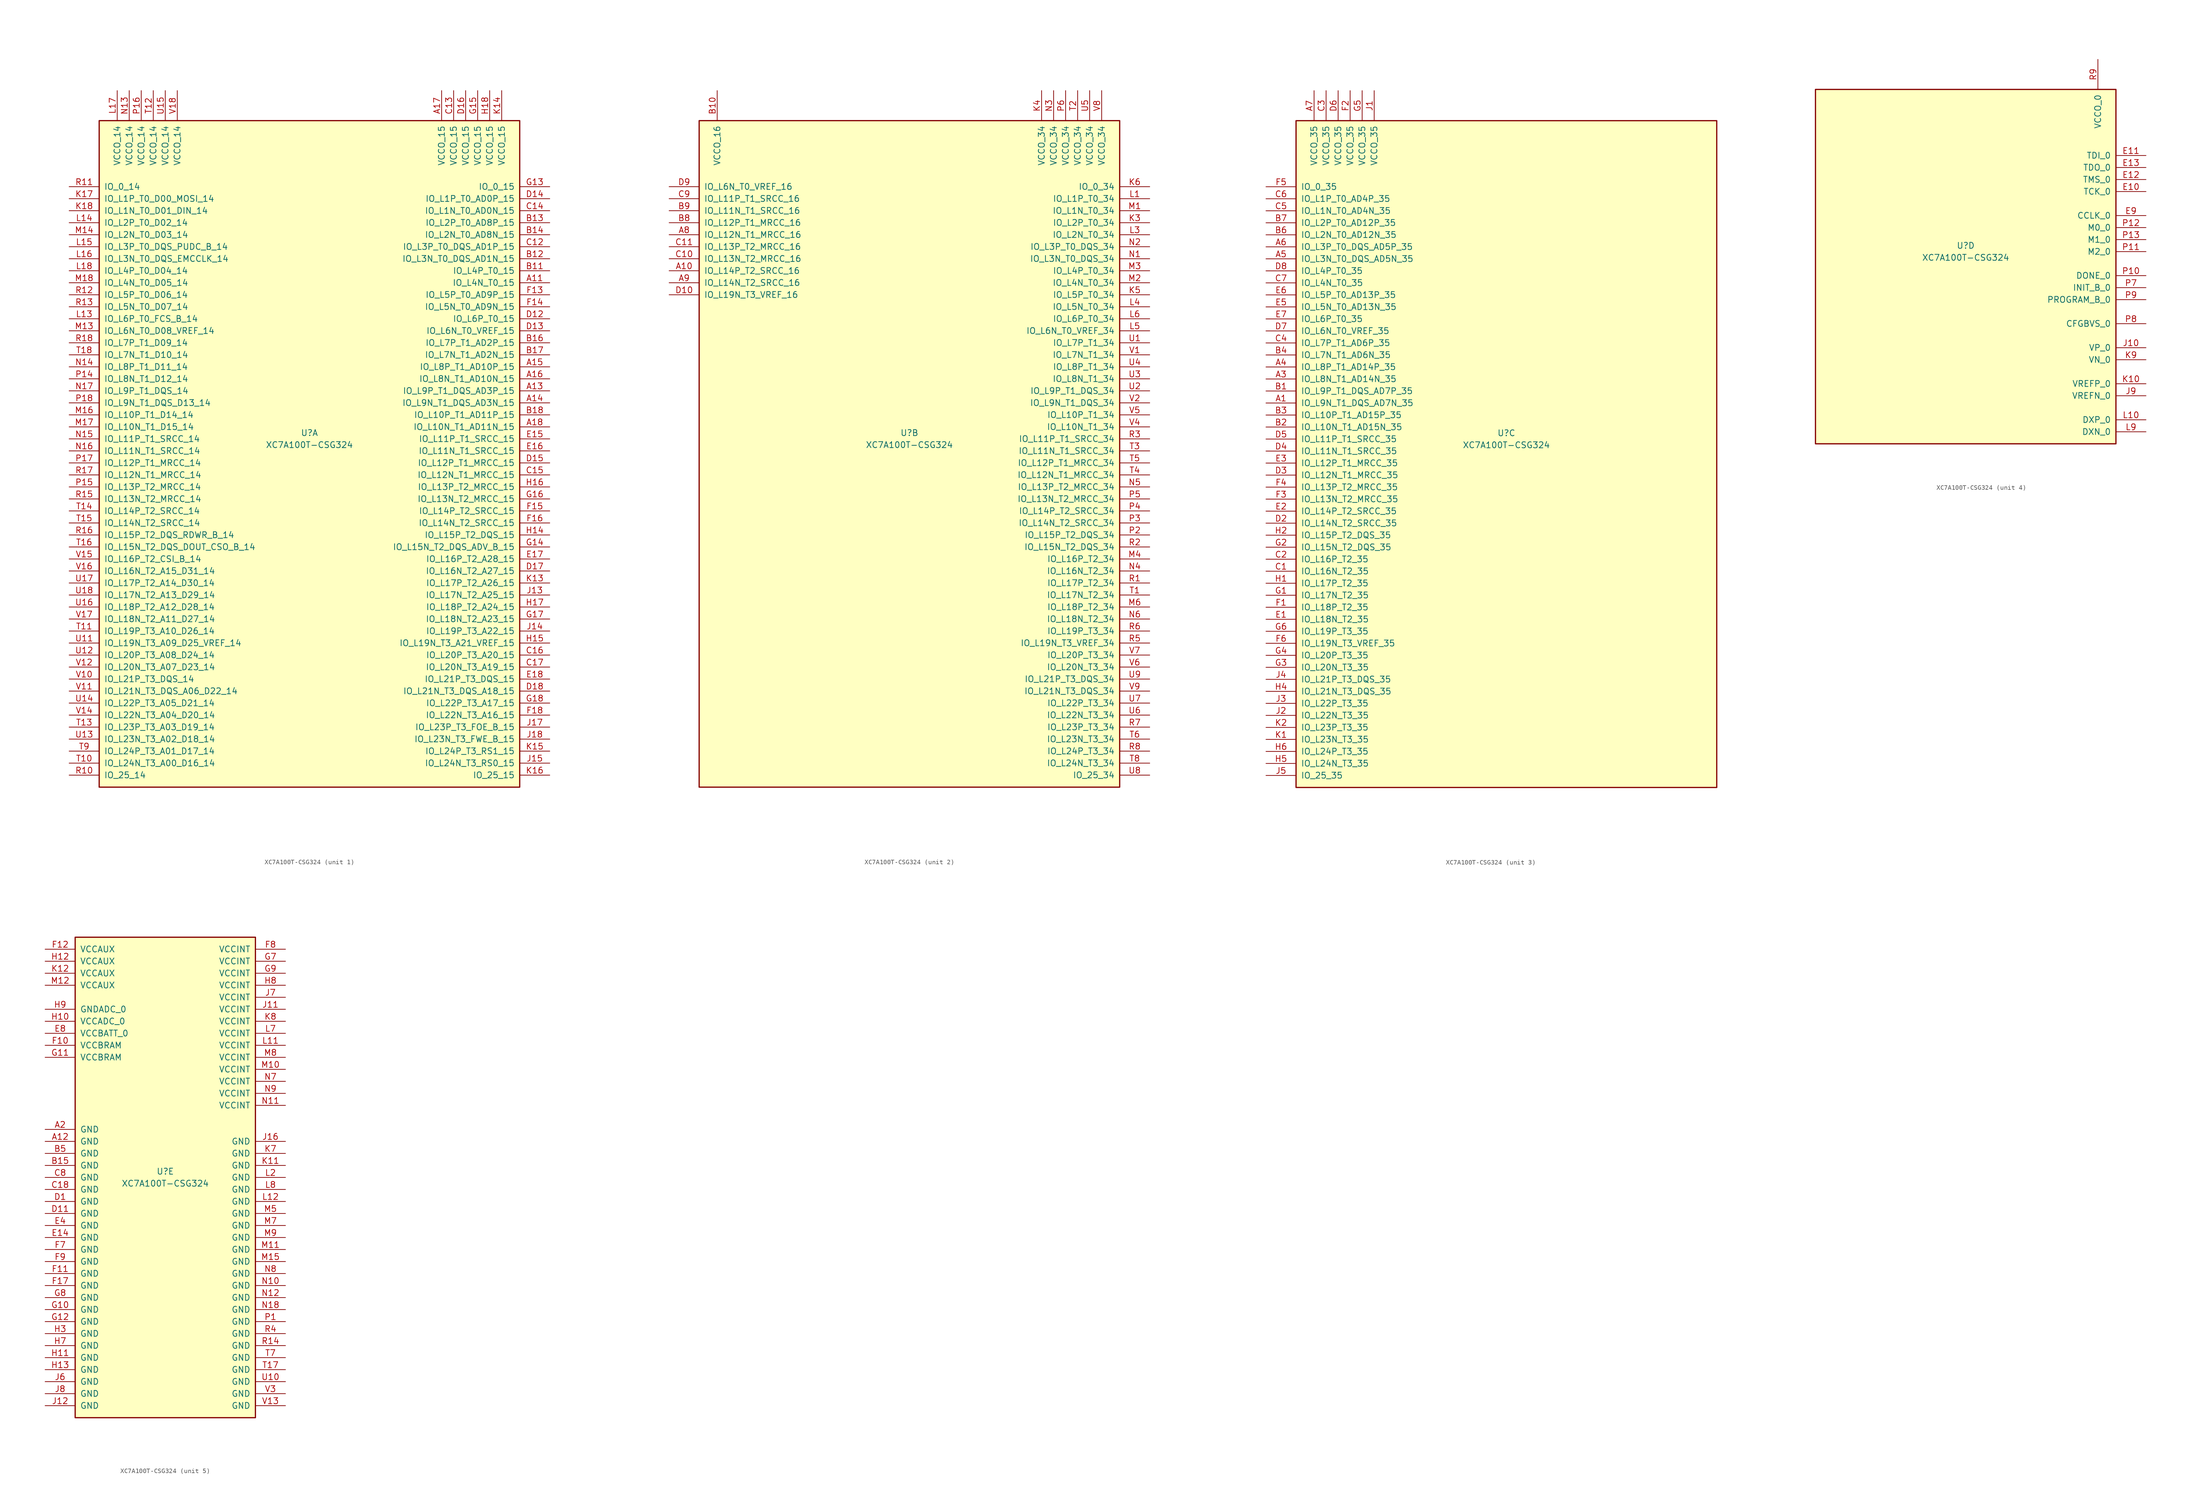
<source format=kicad_sym>
(kicad_symbol_lib
  (version 20201005)
  (generator kicad_symbol_editor)
  (symbol "XC7A100T-CSG324"
    (pin_names
      (offset 1.016))
    (property "Reference" "U"
      (at 0 1.27 0)
      (effects (font (size 1.27 1.27))))
    (property "Value" "XC7A100T-CSG324"
      (at 0 -1.27 0)
      (effects (font (size 1.27 1.27))))
    (property "Datasheet" ""
      (at 0 0 0)
      (effects (font (size 1.27 1.27))))
    (property "ki_locked" ""
      (at 0 0 0)
      (effects (font (size 1.27 1.27))))
    (symbol "XC7A100T-CSG324_1_1"
      (rectangle (start -44.45 67.31) (end 44.45 -73.66) (stroke (width 0.254)) (fill (type background)))
      (pin power_in line (at -40.64 73.66 270) (length 6.35) (name "VCCO_14" (effects (font (size 1.27 1.27)))) (number "L17" (effects (font (size 1.27 1.27)))))
      (pin power_in line (at -38.1 73.66 270) (length 6.35) (name "VCCO_14" (effects (font (size 1.27 1.27)))) (number "N13" (effects (font (size 1.27 1.27)))))
      (pin power_in line (at -35.56 73.66 270) (length 6.35) (name "VCCO_14" (effects (font (size 1.27 1.27)))) (number "P16" (effects (font (size 1.27 1.27)))))
      (pin power_in line (at -33.02 73.66 270) (length 6.35) (name "VCCO_14" (effects (font (size 1.27 1.27)))) (number "T12" (effects (font (size 1.27 1.27)))))
      (pin power_in line (at -30.48 73.66 270) (length 6.35) (name "VCCO_14" (effects (font (size 1.27 1.27)))) (number "U15" (effects (font (size 1.27 1.27)))))
      (pin power_in line (at -27.94 73.66 270) (length 6.35) (name "VCCO_14" (effects (font (size 1.27 1.27)))) (number "V18" (effects (font (size 1.27 1.27)))))
      (pin bidirectional line (at -50.8 53.34 0) (length 6.35) (name "IO_0_14" (effects (font (size 1.27 1.27)))) (number "R11" (effects (font (size 1.27 1.27)))))
      (pin bidirectional line (at -50.8 50.8 0) (length 6.35) (name "IO_L1P_T0_D00_MOSI_14" (effects (font (size 1.27 1.27)))) (number "K17" (effects (font (size 1.27 1.27)))))
      (pin bidirectional line (at -50.8 48.26 0) (length 6.35) (name "IO_L1N_T0_D01_DIN_14" (effects (font (size 1.27 1.27)))) (number "K18" (effects (font (size 1.27 1.27)))))
      (pin bidirectional line (at -50.8 45.72 0) (length 6.35) (name "IO_L2P_T0_D02_14" (effects (font (size 1.27 1.27)))) (number "L14" (effects (font (size 1.27 1.27)))))
      (pin bidirectional line (at -50.8 43.18 0) (length 6.35) (name "IO_L2N_T0_D03_14" (effects (font (size 1.27 1.27)))) (number "M14" (effects (font (size 1.27 1.27)))))
      (pin bidirectional line (at -50.8 40.64 0) (length 6.35) (name "IO_L3P_T0_DQS_PUDC_B_14" (effects (font (size 1.27 1.27)))) (number "L15" (effects (font (size 1.27 1.27)))))
      (pin bidirectional line (at -50.8 38.1 0) (length 6.35) (name "IO_L3N_T0_DQS_EMCCLK_14" (effects (font (size 1.27 1.27)))) (number "L16" (effects (font (size 1.27 1.27)))))
      (pin bidirectional line (at -50.8 35.56 0) (length 6.35) (name "IO_L4P_T0_D04_14" (effects (font (size 1.27 1.27)))) (number "L18" (effects (font (size 1.27 1.27)))))
      (pin bidirectional line (at -50.8 33.02 0) (length 6.35) (name "IO_L4N_T0_D05_14" (effects (font (size 1.27 1.27)))) (number "M18" (effects (font (size 1.27 1.27)))))
      (pin bidirectional line (at -50.8 30.48 0) (length 6.35) (name "IO_L5P_T0_D06_14" (effects (font (size 1.27 1.27)))) (number "R12" (effects (font (size 1.27 1.27)))))
      (pin bidirectional line (at -50.8 27.94 0) (length 6.35) (name "IO_L5N_T0_D07_14" (effects (font (size 1.27 1.27)))) (number "R13" (effects (font (size 1.27 1.27)))))
      (pin bidirectional line (at -50.8 25.4 0) (length 6.35) (name "IO_L6P_T0_FCS_B_14" (effects (font (size 1.27 1.27)))) (number "L13" (effects (font (size 1.27 1.27)))))
      (pin bidirectional line (at -50.8 22.86 0) (length 6.35) (name "IO_L6N_T0_D08_VREF_14" (effects (font (size 1.27 1.27)))) (number "M13" (effects (font (size 1.27 1.27)))))
      (pin bidirectional line (at -50.8 20.32 0) (length 6.35) (name "IO_L7P_T1_D09_14" (effects (font (size 1.27 1.27)))) (number "R18" (effects (font (size 1.27 1.27)))))
      (pin bidirectional line (at -50.8 17.78 0) (length 6.35) (name "IO_L7N_T1_D10_14" (effects (font (size 1.27 1.27)))) (number "T18" (effects (font (size 1.27 1.27)))))
      (pin bidirectional line (at -50.8 15.24 0) (length 6.35) (name "IO_L8P_T1_D11_14" (effects (font (size 1.27 1.27)))) (number "N14" (effects (font (size 1.27 1.27)))))
      (pin bidirectional line (at -50.8 12.7 0) (length 6.35) (name "IO_L8N_T1_D12_14" (effects (font (size 1.27 1.27)))) (number "P14" (effects (font (size 1.27 1.27)))))
      (pin bidirectional line (at -50.8 10.16 0) (length 6.35) (name "IO_L9P_T1_DQS_14" (effects (font (size 1.27 1.27)))) (number "N17" (effects (font (size 1.27 1.27)))))
      (pin bidirectional line (at -50.8 7.62 0) (length 6.35) (name "IO_L9N_T1_DQS_D13_14" (effects (font (size 1.27 1.27)))) (number "P18" (effects (font (size 1.27 1.27)))))
      (pin bidirectional line (at -50.8 5.08 0) (length 6.35) (name "IO_L10P_T1_D14_14" (effects (font (size 1.27 1.27)))) (number "M16" (effects (font (size 1.27 1.27)))))
      (pin bidirectional line (at -50.8 2.54 0) (length 6.35) (name "IO_L10N_T1_D15_14" (effects (font (size 1.27 1.27)))) (number "M17" (effects (font (size 1.27 1.27)))))
      (pin bidirectional line (at -50.8 0 0) (length 6.35) (name "IO_L11P_T1_SRCC_14" (effects (font (size 1.27 1.27)))) (number "N15" (effects (font (size 1.27 1.27)))))
      (pin bidirectional line (at -50.8 -2.54 0) (length 6.35) (name "IO_L11N_T1_SRCC_14" (effects (font (size 1.27 1.27)))) (number "N16" (effects (font (size 1.27 1.27)))))
      (pin bidirectional line (at -50.8 -5.08 0) (length 6.35) (name "IO_L12P_T1_MRCC_14" (effects (font (size 1.27 1.27)))) (number "P17" (effects (font (size 1.27 1.27)))))
      (pin bidirectional line (at -50.8 -7.62 0) (length 6.35) (name "IO_L12N_T1_MRCC_14" (effects (font (size 1.27 1.27)))) (number "R17" (effects (font (size 1.27 1.27)))))
      (pin bidirectional line (at -50.8 -10.16 0) (length 6.35) (name "IO_L13P_T2_MRCC_14" (effects (font (size 1.27 1.27)))) (number "P15" (effects (font (size 1.27 1.27)))))
      (pin bidirectional line (at -50.8 -12.7 0) (length 6.35) (name "IO_L13N_T2_MRCC_14" (effects (font (size 1.27 1.27)))) (number "R15" (effects (font (size 1.27 1.27)))))
      (pin bidirectional line (at -50.8 -15.24 0) (length 6.35) (name "IO_L14P_T2_SRCC_14" (effects (font (size 1.27 1.27)))) (number "T14" (effects (font (size 1.27 1.27)))))
      (pin bidirectional line (at -50.8 -17.78 0) (length 6.35) (name "IO_L14N_T2_SRCC_14" (effects (font (size 1.27 1.27)))) (number "T15" (effects (font (size 1.27 1.27)))))
      (pin bidirectional line (at -50.8 -20.32 0) (length 6.35) (name "IO_L15P_T2_DQS_RDWR_B_14" (effects (font (size 1.27 1.27)))) (number "R16" (effects (font (size 1.27 1.27)))))
      (pin bidirectional line (at -50.8 -22.86 0) (length 6.35) (name "IO_L15N_T2_DQS_DOUT_CSO_B_14" (effects (font (size 1.27 1.27)))) (number "T16" (effects (font (size 1.27 1.27)))))
      (pin bidirectional line (at -50.8 -25.4 0) (length 6.35) (name "IO_L16P_T2_CSI_B_14" (effects (font (size 1.27 1.27)))) (number "V15" (effects (font (size 1.27 1.27)))))
      (pin bidirectional line (at -50.8 -27.94 0) (length 6.35) (name "IO_L16N_T2_A15_D31_14" (effects (font (size 1.27 1.27)))) (number "V16" (effects (font (size 1.27 1.27)))))
      (pin bidirectional line (at -50.8 -30.48 0) (length 6.35) (name "IO_L17P_T2_A14_D30_14" (effects (font (size 1.27 1.27)))) (number "U17" (effects (font (size 1.27 1.27)))))
      (pin bidirectional line (at -50.8 -33.02 0) (length 6.35) (name "IO_L17N_T2_A13_D29_14" (effects (font (size 1.27 1.27)))) (number "U18" (effects (font (size 1.27 1.27)))))
      (pin bidirectional line (at -50.8 -35.56 0) (length 6.35) (name "IO_L18P_T2_A12_D28_14" (effects (font (size 1.27 1.27)))) (number "U16" (effects (font (size 1.27 1.27)))))
      (pin bidirectional line (at -50.8 -38.1 0) (length 6.35) (name "IO_L18N_T2_A11_D27_14" (effects (font (size 1.27 1.27)))) (number "V17" (effects (font (size 1.27 1.27)))))
      (pin bidirectional line (at -50.8 -40.64 0) (length 6.35) (name "IO_L19P_T3_A10_D26_14" (effects (font (size 1.27 1.27)))) (number "T11" (effects (font (size 1.27 1.27)))))
      (pin bidirectional line (at -50.8 -43.18 0) (length 6.35) (name "IO_L19N_T3_A09_D25_VREF_14" (effects (font (size 1.27 1.27)))) (number "U11" (effects (font (size 1.27 1.27)))))
      (pin bidirectional line (at -50.8 -45.72 0) (length 6.35) (name "IO_L20P_T3_A08_D24_14" (effects (font (size 1.27 1.27)))) (number "U12" (effects (font (size 1.27 1.27)))))
      (pin bidirectional line (at -50.8 -48.26 0) (length 6.35) (name "IO_L20N_T3_A07_D23_14" (effects (font (size 1.27 1.27)))) (number "V12" (effects (font (size 1.27 1.27)))))
      (pin bidirectional line (at -50.8 -50.8 0) (length 6.35) (name "IO_L21P_T3_DQS_14" (effects (font (size 1.27 1.27)))) (number "V10" (effects (font (size 1.27 1.27)))))
      (pin bidirectional line (at -50.8 -53.34 0) (length 6.35) (name "IO_L21N_T3_DQS_A06_D22_14" (effects (font (size 1.27 1.27)))) (number "V11" (effects (font (size 1.27 1.27)))))
      (pin bidirectional line (at -50.8 -55.88 0) (length 6.35) (name "IO_L22P_T3_A05_D21_14" (effects (font (size 1.27 1.27)))) (number "U14" (effects (font (size 1.27 1.27)))))
      (pin bidirectional line (at -50.8 -58.42 0) (length 6.35) (name "IO_L22N_T3_A04_D20_14" (effects (font (size 1.27 1.27)))) (number "V14" (effects (font (size 1.27 1.27)))))
      (pin bidirectional line (at -50.8 -60.96 0) (length 6.35) (name "IO_L23P_T3_A03_D19_14" (effects (font (size 1.27 1.27)))) (number "T13" (effects (font (size 1.27 1.27)))))
      (pin bidirectional line (at -50.8 -63.5 0) (length 6.35) (name "IO_L23N_T3_A02_D18_14" (effects (font (size 1.27 1.27)))) (number "U13" (effects (font (size 1.27 1.27)))))
      (pin bidirectional line (at -50.8 -66.04 0) (length 6.35) (name "IO_L24P_T3_A01_D17_14" (effects (font (size 1.27 1.27)))) (number "T9" (effects (font (size 1.27 1.27)))))
      (pin bidirectional line (at -50.8 -68.58 0) (length 6.35) (name "IO_L24N_T3_A00_D16_14" (effects (font (size 1.27 1.27)))) (number "T10" (effects (font (size 1.27 1.27)))))
      (pin bidirectional line (at -50.8 -71.12 0) (length 6.35) (name "IO_25_14" (effects (font (size 1.27 1.27)))) (number "R10" (effects (font (size 1.27 1.27)))))
      (pin power_in line (at 27.94 73.66 270) (length 6.35) (name "VCCO_15" (effects (font (size 1.27 1.27)))) (number "A17" (effects (font (size 1.27 1.27)))))
      (pin power_in line (at 30.48 73.66 270) (length 6.35) (name "VCCO_15" (effects (font (size 1.27 1.27)))) (number "C13" (effects (font (size 1.27 1.27)))))
      (pin power_in line (at 33.02 73.66 270) (length 6.35) (name "VCCO_15" (effects (font (size 1.27 1.27)))) (number "D16" (effects (font (size 1.27 1.27)))))
      (pin power_in line (at 35.56 73.66 270) (length 6.35) (name "VCCO_15" (effects (font (size 1.27 1.27)))) (number "G15" (effects (font (size 1.27 1.27)))))
      (pin power_in line (at 38.1 73.66 270) (length 6.35) (name "VCCO_15" (effects (font (size 1.27 1.27)))) (number "H18" (effects (font (size 1.27 1.27)))))
      (pin power_in line (at 40.64 73.66 270) (length 6.35) (name "VCCO_15" (effects (font (size 1.27 1.27)))) (number "K14" (effects (font (size 1.27 1.27)))))
      (pin bidirectional line (at 50.8 53.34 180) (length 6.35) (name "IO_0_15" (effects (font (size 1.27 1.27)))) (number "G13" (effects (font (size 1.27 1.27)))))
      (pin bidirectional line (at 50.8 50.8 180) (length 6.35) (name "IO_L1P_T0_AD0P_15" (effects (font (size 1.27 1.27)))) (number "D14" (effects (font (size 1.27 1.27)))))
      (pin bidirectional line (at 50.8 48.26 180) (length 6.35) (name "IO_L1N_T0_AD0N_15" (effects (font (size 1.27 1.27)))) (number "C14" (effects (font (size 1.27 1.27)))))
      (pin bidirectional line (at 50.8 45.72 180) (length 6.35) (name "IO_L2P_T0_AD8P_15" (effects (font (size 1.27 1.27)))) (number "B13" (effects (font (size 1.27 1.27)))))
      (pin bidirectional line (at 50.8 43.18 180) (length 6.35) (name "IO_L2N_T0_AD8N_15" (effects (font (size 1.27 1.27)))) (number "B14" (effects (font (size 1.27 1.27)))))
      (pin bidirectional line (at 50.8 40.64 180) (length 6.35) (name "IO_L3P_T0_DQS_AD1P_15" (effects (font (size 1.27 1.27)))) (number "C12" (effects (font (size 1.27 1.27)))))
      (pin bidirectional line (at 50.8 38.1 180) (length 6.35) (name "IO_L3N_T0_DQS_AD1N_15" (effects (font (size 1.27 1.27)))) (number "B12" (effects (font (size 1.27 1.27)))))
      (pin bidirectional line (at 50.8 35.56 180) (length 6.35) (name "IO_L4P_T0_15" (effects (font (size 1.27 1.27)))) (number "B11" (effects (font (size 1.27 1.27)))))
      (pin bidirectional line (at 50.8 33.02 180) (length 6.35) (name "IO_L4N_T0_15" (effects (font (size 1.27 1.27)))) (number "A11" (effects (font (size 1.27 1.27)))))
      (pin bidirectional line (at 50.8 30.48 180) (length 6.35) (name "IO_L5P_T0_AD9P_15" (effects (font (size 1.27 1.27)))) (number "F13" (effects (font (size 1.27 1.27)))))
      (pin bidirectional line (at 50.8 27.94 180) (length 6.35) (name "IO_L5N_T0_AD9N_15" (effects (font (size 1.27 1.27)))) (number "F14" (effects (font (size 1.27 1.27)))))
      (pin bidirectional line (at 50.8 25.4 180) (length 6.35) (name "IO_L6P_T0_15" (effects (font (size 1.27 1.27)))) (number "D12" (effects (font (size 1.27 1.27)))))
      (pin bidirectional line (at 50.8 22.86 180) (length 6.35) (name "IO_L6N_T0_VREF_15" (effects (font (size 1.27 1.27)))) (number "D13" (effects (font (size 1.27 1.27)))))
      (pin bidirectional line (at 50.8 20.32 180) (length 6.35) (name "IO_L7P_T1_AD2P_15" (effects (font (size 1.27 1.27)))) (number "B16" (effects (font (size 1.27 1.27)))))
      (pin bidirectional line (at 50.8 17.78 180) (length 6.35) (name "IO_L7N_T1_AD2N_15" (effects (font (size 1.27 1.27)))) (number "B17" (effects (font (size 1.27 1.27)))))
      (pin bidirectional line (at 50.8 15.24 180) (length 6.35) (name "IO_L8P_T1_AD10P_15" (effects (font (size 1.27 1.27)))) (number "A15" (effects (font (size 1.27 1.27)))))
      (pin bidirectional line (at 50.8 12.7 180) (length 6.35) (name "IO_L8N_T1_AD10N_15" (effects (font (size 1.27 1.27)))) (number "A16" (effects (font (size 1.27 1.27)))))
      (pin bidirectional line (at 50.8 10.16 180) (length 6.35) (name "IO_L9P_T1_DQS_AD3P_15" (effects (font (size 1.27 1.27)))) (number "A13" (effects (font (size 1.27 1.27)))))
      (pin bidirectional line (at 50.8 7.62 180) (length 6.35) (name "IO_L9N_T1_DQS_AD3N_15" (effects (font (size 1.27 1.27)))) (number "A14" (effects (font (size 1.27 1.27)))))
      (pin bidirectional line (at 50.8 5.08 180) (length 6.35) (name "IO_L10P_T1_AD11P_15" (effects (font (size 1.27 1.27)))) (number "B18" (effects (font (size 1.27 1.27)))))
      (pin bidirectional line (at 50.8 2.54 180) (length 6.35) (name "IO_L10N_T1_AD11N_15" (effects (font (size 1.27 1.27)))) (number "A18" (effects (font (size 1.27 1.27)))))
      (pin bidirectional line (at 50.8 0 180) (length 6.35) (name "IO_L11P_T1_SRCC_15" (effects (font (size 1.27 1.27)))) (number "E15" (effects (font (size 1.27 1.27)))))
      (pin bidirectional line (at 50.8 -2.54 180) (length 6.35) (name "IO_L11N_T1_SRCC_15" (effects (font (size 1.27 1.27)))) (number "E16" (effects (font (size 1.27 1.27)))))
      (pin bidirectional line (at 50.8 -5.08 180) (length 6.35) (name "IO_L12P_T1_MRCC_15" (effects (font (size 1.27 1.27)))) (number "D15" (effects (font (size 1.27 1.27)))))
      (pin bidirectional line (at 50.8 -7.62 180) (length 6.35) (name "IO_L12N_T1_MRCC_15" (effects (font (size 1.27 1.27)))) (number "C15" (effects (font (size 1.27 1.27)))))
      (pin bidirectional line (at 50.8 -10.16 180) (length 6.35) (name "IO_L13P_T2_MRCC_15" (effects (font (size 1.27 1.27)))) (number "H16" (effects (font (size 1.27 1.27)))))
      (pin bidirectional line (at 50.8 -12.7 180) (length 6.35) (name "IO_L13N_T2_MRCC_15" (effects (font (size 1.27 1.27)))) (number "G16" (effects (font (size 1.27 1.27)))))
      (pin bidirectional line (at 50.8 -15.24 180) (length 6.35) (name "IO_L14P_T2_SRCC_15" (effects (font (size 1.27 1.27)))) (number "F15" (effects (font (size 1.27 1.27)))))
      (pin bidirectional line (at 50.8 -17.78 180) (length 6.35) (name "IO_L14N_T2_SRCC_15" (effects (font (size 1.27 1.27)))) (number "F16" (effects (font (size 1.27 1.27)))))
      (pin bidirectional line (at 50.8 -20.32 180) (length 6.35) (name "IO_L15P_T2_DQS_15" (effects (font (size 1.27 1.27)))) (number "H14" (effects (font (size 1.27 1.27)))))
      (pin bidirectional line (at 50.8 -22.86 180) (length 6.35) (name "IO_L15N_T2_DQS_ADV_B_15" (effects (font (size 1.27 1.27)))) (number "G14" (effects (font (size 1.27 1.27)))))
      (pin bidirectional line (at 50.8 -25.4 180) (length 6.35) (name "IO_L16P_T2_A28_15" (effects (font (size 1.27 1.27)))) (number "E17" (effects (font (size 1.27 1.27)))))
      (pin bidirectional line (at 50.8 -27.94 180) (length 6.35) (name "IO_L16N_T2_A27_15" (effects (font (size 1.27 1.27)))) (number "D17" (effects (font (size 1.27 1.27)))))
      (pin bidirectional line (at 50.8 -30.48 180) (length 6.35) (name "IO_L17P_T2_A26_15" (effects (font (size 1.27 1.27)))) (number "K13" (effects (font (size 1.27 1.27)))))
      (pin bidirectional line (at 50.8 -33.02 180) (length 6.35) (name "IO_L17N_T2_A25_15" (effects (font (size 1.27 1.27)))) (number "J13" (effects (font (size 1.27 1.27)))))
      (pin bidirectional line (at 50.8 -35.56 180) (length 6.35) (name "IO_L18P_T2_A24_15" (effects (font (size 1.27 1.27)))) (number "H17" (effects (font (size 1.27 1.27)))))
      (pin bidirectional line (at 50.8 -38.1 180) (length 6.35) (name "IO_L18N_T2_A23_15" (effects (font (size 1.27 1.27)))) (number "G17" (effects (font (size 1.27 1.27)))))
      (pin bidirectional line (at 50.8 -40.64 180) (length 6.35) (name "IO_L19P_T3_A22_15" (effects (font (size 1.27 1.27)))) (number "J14" (effects (font (size 1.27 1.27)))))
      (pin bidirectional line (at 50.8 -43.18 180) (length 6.35) (name "IO_L19N_T3_A21_VREF_15" (effects (font (size 1.27 1.27)))) (number "H15" (effects (font (size 1.27 1.27)))))
      (pin bidirectional line (at 50.8 -45.72 180) (length 6.35) (name "IO_L20P_T3_A20_15" (effects (font (size 1.27 1.27)))) (number "C16" (effects (font (size 1.27 1.27)))))
      (pin bidirectional line (at 50.8 -48.26 180) (length 6.35) (name "IO_L20N_T3_A19_15" (effects (font (size 1.27 1.27)))) (number "C17" (effects (font (size 1.27 1.27)))))
      (pin bidirectional line (at 50.8 -50.8 180) (length 6.35) (name "IO_L21P_T3_DQS_15" (effects (font (size 1.27 1.27)))) (number "E18" (effects (font (size 1.27 1.27)))))
      (pin bidirectional line (at 50.8 -53.34 180) (length 6.35) (name "IO_L21N_T3_DQS_A18_15" (effects (font (size 1.27 1.27)))) (number "D18" (effects (font (size 1.27 1.27)))))
      (pin bidirectional line (at 50.8 -55.88 180) (length 6.35) (name "IO_L22P_T3_A17_15" (effects (font (size 1.27 1.27)))) (number "G18" (effects (font (size 1.27 1.27)))))
      (pin bidirectional line (at 50.8 -58.42 180) (length 6.35) (name "IO_L22N_T3_A16_15" (effects (font (size 1.27 1.27)))) (number "F18" (effects (font (size 1.27 1.27)))))
      (pin bidirectional line (at 50.8 -60.96 180) (length 6.35) (name "IO_L23P_T3_FOE_B_15" (effects (font (size 1.27 1.27)))) (number "J17" (effects (font (size 1.27 1.27)))))
      (pin bidirectional line (at 50.8 -63.5 180) (length 6.35) (name "IO_L23N_T3_FWE_B_15" (effects (font (size 1.27 1.27)))) (number "J18" (effects (font (size 1.27 1.27)))))
      (pin bidirectional line (at 50.8 -66.04 180) (length 6.35) (name "IO_L24P_T3_RS1_15" (effects (font (size 1.27 1.27)))) (number "K15" (effects (font (size 1.27 1.27)))))
      (pin bidirectional line (at 50.8 -68.58 180) (length 6.35) (name "IO_L24N_T3_RS0_15" (effects (font (size 1.27 1.27)))) (number "J15" (effects (font (size 1.27 1.27)))))
      (pin bidirectional line (at 50.8 -71.12 180) (length 6.35) (name "IO_25_15" (effects (font (size 1.27 1.27)))) (number "K16" (effects (font (size 1.27 1.27))))))
    (symbol "XC7A100T-CSG324_2_1"
      (rectangle (start -44.45 67.31) (end 44.45 -73.66) (stroke (width 0.254)) (fill (type background)))
      (pin power_in line (at -40.64 73.66 270) (length 6.35) (name "VCCO_16" (effects (font (size 1.27 1.27)))) (number "B10" (effects (font (size 1.27 1.27)))))
      (pin bidirectional line (at -50.8 53.34 0) (length 6.35) (name "IO_L6N_T0_VREF_16" (effects (font (size 1.27 1.27)))) (number "D9" (effects (font (size 1.27 1.27)))))
      (pin bidirectional line (at -50.8 50.8 0) (length 6.35) (name "IO_L11P_T1_SRCC_16" (effects (font (size 1.27 1.27)))) (number "C9" (effects (font (size 1.27 1.27)))))
      (pin bidirectional line (at -50.8 48.26 0) (length 6.35) (name "IO_L11N_T1_SRCC_16" (effects (font (size 1.27 1.27)))) (number "B9" (effects (font (size 1.27 1.27)))))
      (pin bidirectional line (at -50.8 45.72 0) (length 6.35) (name "IO_L12P_T1_MRCC_16" (effects (font (size 1.27 1.27)))) (number "B8" (effects (font (size 1.27 1.27)))))
      (pin bidirectional line (at -50.8 43.18 0) (length 6.35) (name "IO_L12N_T1_MRCC_16" (effects (font (size 1.27 1.27)))) (number "A8" (effects (font (size 1.27 1.27)))))
      (pin bidirectional line (at -50.8 40.64 0) (length 6.35) (name "IO_L13P_T2_MRCC_16" (effects (font (size 1.27 1.27)))) (number "C11" (effects (font (size 1.27 1.27)))))
      (pin bidirectional line (at -50.8 38.1 0) (length 6.35) (name "IO_L13N_T2_MRCC_16" (effects (font (size 1.27 1.27)))) (number "C10" (effects (font (size 1.27 1.27)))))
      (pin bidirectional line (at -50.8 35.56 0) (length 6.35) (name "IO_L14P_T2_SRCC_16" (effects (font (size 1.27 1.27)))) (number "A10" (effects (font (size 1.27 1.27)))))
      (pin bidirectional line (at -50.8 33.02 0) (length 6.35) (name "IO_L14N_T2_SRCC_16" (effects (font (size 1.27 1.27)))) (number "A9" (effects (font (size 1.27 1.27)))))
      (pin bidirectional line (at -50.8 30.48 0) (length 6.35) (name "IO_L19N_T3_VREF_16" (effects (font (size 1.27 1.27)))) (number "D10" (effects (font (size 1.27 1.27)))))
      (pin power_in line (at 27.94 73.66 270) (length 6.35) (name "VCCO_34" (effects (font (size 1.27 1.27)))) (number "K4" (effects (font (size 1.27 1.27)))))
      (pin power_in line (at 30.48 73.66 270) (length 6.35) (name "VCCO_34" (effects (font (size 1.27 1.27)))) (number "N3" (effects (font (size 1.27 1.27)))))
      (pin power_in line (at 33.02 73.66 270) (length 6.35) (name "VCCO_34" (effects (font (size 1.27 1.27)))) (number "P6" (effects (font (size 1.27 1.27)))))
      (pin power_in line (at 35.56 73.66 270) (length 6.35) (name "VCCO_34" (effects (font (size 1.27 1.27)))) (number "T2" (effects (font (size 1.27 1.27)))))
      (pin power_in line (at 38.1 73.66 270) (length 6.35) (name "VCCO_34" (effects (font (size 1.27 1.27)))) (number "U5" (effects (font (size 1.27 1.27)))))
      (pin power_in line (at 40.64 73.66 270) (length 6.35) (name "VCCO_34" (effects (font (size 1.27 1.27)))) (number "V8" (effects (font (size 1.27 1.27)))))
      (pin bidirectional line (at 50.8 53.34 180) (length 6.35) (name "IO_0_34" (effects (font (size 1.27 1.27)))) (number "K6" (effects (font (size 1.27 1.27)))))
      (pin bidirectional line (at 50.8 50.8 180) (length 6.35) (name "IO_L1P_T0_34" (effects (font (size 1.27 1.27)))) (number "L1" (effects (font (size 1.27 1.27)))))
      (pin bidirectional line (at 50.8 48.26 180) (length 6.35) (name "IO_L1N_T0_34" (effects (font (size 1.27 1.27)))) (number "M1" (effects (font (size 1.27 1.27)))))
      (pin bidirectional line (at 50.8 45.72 180) (length 6.35) (name "IO_L2P_T0_34" (effects (font (size 1.27 1.27)))) (number "K3" (effects (font (size 1.27 1.27)))))
      (pin bidirectional line (at 50.8 43.18 180) (length 6.35) (name "IO_L2N_T0_34" (effects (font (size 1.27 1.27)))) (number "L3" (effects (font (size 1.27 1.27)))))
      (pin bidirectional line (at 50.8 40.64 180) (length 6.35) (name "IO_L3P_T0_DQS_34" (effects (font (size 1.27 1.27)))) (number "N2" (effects (font (size 1.27 1.27)))))
      (pin bidirectional line (at 50.8 38.1 180) (length 6.35) (name "IO_L3N_T0_DQS_34" (effects (font (size 1.27 1.27)))) (number "N1" (effects (font (size 1.27 1.27)))))
      (pin bidirectional line (at 50.8 35.56 180) (length 6.35) (name "IO_L4P_T0_34" (effects (font (size 1.27 1.27)))) (number "M3" (effects (font (size 1.27 1.27)))))
      (pin bidirectional line (at 50.8 33.02 180) (length 6.35) (name "IO_L4N_T0_34" (effects (font (size 1.27 1.27)))) (number "M2" (effects (font (size 1.27 1.27)))))
      (pin bidirectional line (at 50.8 30.48 180) (length 6.35) (name "IO_L5P_T0_34" (effects (font (size 1.27 1.27)))) (number "K5" (effects (font (size 1.27 1.27)))))
      (pin bidirectional line (at 50.8 27.94 180) (length 6.35) (name "IO_L5N_T0_34" (effects (font (size 1.27 1.27)))) (number "L4" (effects (font (size 1.27 1.27)))))
      (pin bidirectional line (at 50.8 25.4 180) (length 6.35) (name "IO_L6P_T0_34" (effects (font (size 1.27 1.27)))) (number "L6" (effects (font (size 1.27 1.27)))))
      (pin bidirectional line (at 50.8 22.86 180) (length 6.35) (name "IO_L6N_T0_VREF_34" (effects (font (size 1.27 1.27)))) (number "L5" (effects (font (size 1.27 1.27)))))
      (pin bidirectional line (at 50.8 20.32 180) (length 6.35) (name "IO_L7P_T1_34" (effects (font (size 1.27 1.27)))) (number "U1" (effects (font (size 1.27 1.27)))))
      (pin bidirectional line (at 50.8 17.78 180) (length 6.35) (name "IO_L7N_T1_34" (effects (font (size 1.27 1.27)))) (number "V1" (effects (font (size 1.27 1.27)))))
      (pin bidirectional line (at 50.8 15.24 180) (length 6.35) (name "IO_L8P_T1_34" (effects (font (size 1.27 1.27)))) (number "U4" (effects (font (size 1.27 1.27)))))
      (pin bidirectional line (at 50.8 12.7 180) (length 6.35) (name "IO_L8N_T1_34" (effects (font (size 1.27 1.27)))) (number "U3" (effects (font (size 1.27 1.27)))))
      (pin bidirectional line (at 50.8 10.16 180) (length 6.35) (name "IO_L9P_T1_DQS_34" (effects (font (size 1.27 1.27)))) (number "U2" (effects (font (size 1.27 1.27)))))
      (pin bidirectional line (at 50.8 7.62 180) (length 6.35) (name "IO_L9N_T1_DQS_34" (effects (font (size 1.27 1.27)))) (number "V2" (effects (font (size 1.27 1.27)))))
      (pin bidirectional line (at 50.8 5.08 180) (length 6.35) (name "IO_L10P_T1_34" (effects (font (size 1.27 1.27)))) (number "V5" (effects (font (size 1.27 1.27)))))
      (pin bidirectional line (at 50.8 2.54 180) (length 6.35) (name "IO_L10N_T1_34" (effects (font (size 1.27 1.27)))) (number "V4" (effects (font (size 1.27 1.27)))))
      (pin bidirectional line (at 50.8 0 180) (length 6.35) (name "IO_L11P_T1_SRCC_34" (effects (font (size 1.27 1.27)))) (number "R3" (effects (font (size 1.27 1.27)))))
      (pin bidirectional line (at 50.8 -2.54 180) (length 6.35) (name "IO_L11N_T1_SRCC_34" (effects (font (size 1.27 1.27)))) (number "T3" (effects (font (size 1.27 1.27)))))
      (pin bidirectional line (at 50.8 -5.08 180) (length 6.35) (name "IO_L12P_T1_MRCC_34" (effects (font (size 1.27 1.27)))) (number "T5" (effects (font (size 1.27 1.27)))))
      (pin bidirectional line (at 50.8 -7.62 180) (length 6.35) (name "IO_L12N_T1_MRCC_34" (effects (font (size 1.27 1.27)))) (number "T4" (effects (font (size 1.27 1.27)))))
      (pin bidirectional line (at 50.8 -10.16 180) (length 6.35) (name "IO_L13P_T2_MRCC_34" (effects (font (size 1.27 1.27)))) (number "N5" (effects (font (size 1.27 1.27)))))
      (pin bidirectional line (at 50.8 -12.7 180) (length 6.35) (name "IO_L13N_T2_MRCC_34" (effects (font (size 1.27 1.27)))) (number "P5" (effects (font (size 1.27 1.27)))))
      (pin bidirectional line (at 50.8 -15.24 180) (length 6.35) (name "IO_L14P_T2_SRCC_34" (effects (font (size 1.27 1.27)))) (number "P4" (effects (font (size 1.27 1.27)))))
      (pin bidirectional line (at 50.8 -17.78 180) (length 6.35) (name "IO_L14N_T2_SRCC_34" (effects (font (size 1.27 1.27)))) (number "P3" (effects (font (size 1.27 1.27)))))
      (pin bidirectional line (at 50.8 -20.32 180) (length 6.35) (name "IO_L15P_T2_DQS_34" (effects (font (size 1.27 1.27)))) (number "P2" (effects (font (size 1.27 1.27)))))
      (pin bidirectional line (at 50.8 -22.86 180) (length 6.35) (name "IO_L15N_T2_DQS_34" (effects (font (size 1.27 1.27)))) (number "R2" (effects (font (size 1.27 1.27)))))
      (pin bidirectional line (at 50.8 -25.4 180) (length 6.35) (name "IO_L16P_T2_34" (effects (font (size 1.27 1.27)))) (number "M4" (effects (font (size 1.27 1.27)))))
      (pin bidirectional line (at 50.8 -27.94 180) (length 6.35) (name "IO_L16N_T2_34" (effects (font (size 1.27 1.27)))) (number "N4" (effects (font (size 1.27 1.27)))))
      (pin bidirectional line (at 50.8 -30.48 180) (length 6.35) (name "IO_L17P_T2_34" (effects (font (size 1.27 1.27)))) (number "R1" (effects (font (size 1.27 1.27)))))
      (pin bidirectional line (at 50.8 -33.02 180) (length 6.35) (name "IO_L17N_T2_34" (effects (font (size 1.27 1.27)))) (number "T1" (effects (font (size 1.27 1.27)))))
      (pin bidirectional line (at 50.8 -35.56 180) (length 6.35) (name "IO_L18P_T2_34" (effects (font (size 1.27 1.27)))) (number "M6" (effects (font (size 1.27 1.27)))))
      (pin bidirectional line (at 50.8 -38.1 180) (length 6.35) (name "IO_L18N_T2_34" (effects (font (size 1.27 1.27)))) (number "N6" (effects (font (size 1.27 1.27)))))
      (pin bidirectional line (at 50.8 -40.64 180) (length 6.35) (name "IO_L19P_T3_34" (effects (font (size 1.27 1.27)))) (number "R6" (effects (font (size 1.27 1.27)))))
      (pin bidirectional line (at 50.8 -43.18 180) (length 6.35) (name "IO_L19N_T3_VREF_34" (effects (font (size 1.27 1.27)))) (number "R5" (effects (font (size 1.27 1.27)))))
      (pin bidirectional line (at 50.8 -45.72 180) (length 6.35) (name "IO_L20P_T3_34" (effects (font (size 1.27 1.27)))) (number "V7" (effects (font (size 1.27 1.27)))))
      (pin bidirectional line (at 50.8 -48.26 180) (length 6.35) (name "IO_L20N_T3_34" (effects (font (size 1.27 1.27)))) (number "V6" (effects (font (size 1.27 1.27)))))
      (pin bidirectional line (at 50.8 -50.8 180) (length 6.35) (name "IO_L21P_T3_DQS_34" (effects (font (size 1.27 1.27)))) (number "U9" (effects (font (size 1.27 1.27)))))
      (pin bidirectional line (at 50.8 -53.34 180) (length 6.35) (name "IO_L21N_T3_DQS_34" (effects (font (size 1.27 1.27)))) (number "V9" (effects (font (size 1.27 1.27)))))
      (pin bidirectional line (at 50.8 -55.88 180) (length 6.35) (name "IO_L22P_T3_34" (effects (font (size 1.27 1.27)))) (number "U7" (effects (font (size 1.27 1.27)))))
      (pin bidirectional line (at 50.8 -58.42 180) (length 6.35) (name "IO_L22N_T3_34" (effects (font (size 1.27 1.27)))) (number "U6" (effects (font (size 1.27 1.27)))))
      (pin bidirectional line (at 50.8 -60.96 180) (length 6.35) (name "IO_L23P_T3_34" (effects (font (size 1.27 1.27)))) (number "R7" (effects (font (size 1.27 1.27)))))
      (pin bidirectional line (at 50.8 -63.5 180) (length 6.35) (name "IO_L23N_T3_34" (effects (font (size 1.27 1.27)))) (number "T6" (effects (font (size 1.27 1.27)))))
      (pin bidirectional line (at 50.8 -66.04 180) (length 6.35) (name "IO_L24P_T3_34" (effects (font (size 1.27 1.27)))) (number "R8" (effects (font (size 1.27 1.27)))))
      (pin bidirectional line (at 50.8 -68.58 180) (length 6.35) (name "IO_L24N_T3_34" (effects (font (size 1.27 1.27)))) (number "T8" (effects (font (size 1.27 1.27)))))
      (pin bidirectional line (at 50.8 -71.12 180) (length 6.35) (name "IO_25_34" (effects (font (size 1.27 1.27)))) (number "U8" (effects (font (size 1.27 1.27))))))
    (symbol "XC7A100T-CSG324_3_1"
      (rectangle (start -44.45 67.31) (end 44.45 -73.66) (stroke (width 0.254)) (fill (type background)))
      (pin power_in line (at -40.64 73.66 270) (length 6.35) (name "VCCO_35" (effects (font (size 1.27 1.27)))) (number "A7" (effects (font (size 1.27 1.27)))))
      (pin power_in line (at -38.1 73.66 270) (length 6.35) (name "VCCO_35" (effects (font (size 1.27 1.27)))) (number "C3" (effects (font (size 1.27 1.27)))))
      (pin power_in line (at -35.56 73.66 270) (length 6.35) (name "VCCO_35" (effects (font (size 1.27 1.27)))) (number "D6" (effects (font (size 1.27 1.27)))))
      (pin power_in line (at -33.02 73.66 270) (length 6.35) (name "VCCO_35" (effects (font (size 1.27 1.27)))) (number "F2" (effects (font (size 1.27 1.27)))))
      (pin power_in line (at -30.48 73.66 270) (length 6.35) (name "VCCO_35" (effects (font (size 1.27 1.27)))) (number "G5" (effects (font (size 1.27 1.27)))))
      (pin power_in line (at -27.94 73.66 270) (length 6.35) (name "VCCO_35" (effects (font (size 1.27 1.27)))) (number "J1" (effects (font (size 1.27 1.27)))))
      (pin bidirectional line (at -50.8 53.34 0) (length 6.35) (name "IO_0_35" (effects (font (size 1.27 1.27)))) (number "F5" (effects (font (size 1.27 1.27)))))
      (pin bidirectional line (at -50.8 50.8 0) (length 6.35) (name "IO_L1P_T0_AD4P_35" (effects (font (size 1.27 1.27)))) (number "C6" (effects (font (size 1.27 1.27)))))
      (pin bidirectional line (at -50.8 48.26 0) (length 6.35) (name "IO_L1N_T0_AD4N_35" (effects (font (size 1.27 1.27)))) (number "C5" (effects (font (size 1.27 1.27)))))
      (pin bidirectional line (at -50.8 45.72 0) (length 6.35) (name "IO_L2P_T0_AD12P_35" (effects (font (size 1.27 1.27)))) (number "B7" (effects (font (size 1.27 1.27)))))
      (pin bidirectional line (at -50.8 43.18 0) (length 6.35) (name "IO_L2N_T0_AD12N_35" (effects (font (size 1.27 1.27)))) (number "B6" (effects (font (size 1.27 1.27)))))
      (pin bidirectional line (at -50.8 40.64 0) (length 6.35) (name "IO_L3P_T0_DQS_AD5P_35" (effects (font (size 1.27 1.27)))) (number "A6" (effects (font (size 1.27 1.27)))))
      (pin bidirectional line (at -50.8 38.1 0) (length 6.35) (name "IO_L3N_T0_DQS_AD5N_35" (effects (font (size 1.27 1.27)))) (number "A5" (effects (font (size 1.27 1.27)))))
      (pin bidirectional line (at -50.8 35.56 0) (length 6.35) (name "IO_L4P_T0_35" (effects (font (size 1.27 1.27)))) (number "D8" (effects (font (size 1.27 1.27)))))
      (pin bidirectional line (at -50.8 33.02 0) (length 6.35) (name "IO_L4N_T0_35" (effects (font (size 1.27 1.27)))) (number "C7" (effects (font (size 1.27 1.27)))))
      (pin bidirectional line (at -50.8 30.48 0) (length 6.35) (name "IO_L5P_T0_AD13P_35" (effects (font (size 1.27 1.27)))) (number "E6" (effects (font (size 1.27 1.27)))))
      (pin bidirectional line (at -50.8 27.94 0) (length 6.35) (name "IO_L5N_T0_AD13N_35" (effects (font (size 1.27 1.27)))) (number "E5" (effects (font (size 1.27 1.27)))))
      (pin bidirectional line (at -50.8 25.4 0) (length 6.35) (name "IO_L6P_T0_35" (effects (font (size 1.27 1.27)))) (number "E7" (effects (font (size 1.27 1.27)))))
      (pin bidirectional line (at -50.8 22.86 0) (length 6.35) (name "IO_L6N_T0_VREF_35" (effects (font (size 1.27 1.27)))) (number "D7" (effects (font (size 1.27 1.27)))))
      (pin bidirectional line (at -50.8 20.32 0) (length 6.35) (name "IO_L7P_T1_AD6P_35" (effects (font (size 1.27 1.27)))) (number "C4" (effects (font (size 1.27 1.27)))))
      (pin bidirectional line (at -50.8 17.78 0) (length 6.35) (name "IO_L7N_T1_AD6N_35" (effects (font (size 1.27 1.27)))) (number "B4" (effects (font (size 1.27 1.27)))))
      (pin bidirectional line (at -50.8 15.24 0) (length 6.35) (name "IO_L8P_T1_AD14P_35" (effects (font (size 1.27 1.27)))) (number "A4" (effects (font (size 1.27 1.27)))))
      (pin bidirectional line (at -50.8 12.7 0) (length 6.35) (name "IO_L8N_T1_AD14N_35" (effects (font (size 1.27 1.27)))) (number "A3" (effects (font (size 1.27 1.27)))))
      (pin bidirectional line (at -50.8 10.16 0) (length 6.35) (name "IO_L9P_T1_DQS_AD7P_35" (effects (font (size 1.27 1.27)))) (number "B1" (effects (font (size 1.27 1.27)))))
      (pin bidirectional line (at -50.8 7.62 0) (length 6.35) (name "IO_L9N_T1_DQS_AD7N_35" (effects (font (size 1.27 1.27)))) (number "A1" (effects (font (size 1.27 1.27)))))
      (pin bidirectional line (at -50.8 5.08 0) (length 6.35) (name "IO_L10P_T1_AD15P_35" (effects (font (size 1.27 1.27)))) (number "B3" (effects (font (size 1.27 1.27)))))
      (pin bidirectional line (at -50.8 2.54 0) (length 6.35) (name "IO_L10N_T1_AD15N_35" (effects (font (size 1.27 1.27)))) (number "B2" (effects (font (size 1.27 1.27)))))
      (pin bidirectional line (at -50.8 0 0) (length 6.35) (name "IO_L11P_T1_SRCC_35" (effects (font (size 1.27 1.27)))) (number "D5" (effects (font (size 1.27 1.27)))))
      (pin bidirectional line (at -50.8 -2.54 0) (length 6.35) (name "IO_L11N_T1_SRCC_35" (effects (font (size 1.27 1.27)))) (number "D4" (effects (font (size 1.27 1.27)))))
      (pin bidirectional line (at -50.8 -5.08 0) (length 6.35) (name "IO_L12P_T1_MRCC_35" (effects (font (size 1.27 1.27)))) (number "E3" (effects (font (size 1.27 1.27)))))
      (pin bidirectional line (at -50.8 -7.62 0) (length 6.35) (name "IO_L12N_T1_MRCC_35" (effects (font (size 1.27 1.27)))) (number "D3" (effects (font (size 1.27 1.27)))))
      (pin bidirectional line (at -50.8 -10.16 0) (length 6.35) (name "IO_L13P_T2_MRCC_35" (effects (font (size 1.27 1.27)))) (number "F4" (effects (font (size 1.27 1.27)))))
      (pin bidirectional line (at -50.8 -12.7 0) (length 6.35) (name "IO_L13N_T2_MRCC_35" (effects (font (size 1.27 1.27)))) (number "F3" (effects (font (size 1.27 1.27)))))
      (pin bidirectional line (at -50.8 -15.24 0) (length 6.35) (name "IO_L14P_T2_SRCC_35" (effects (font (size 1.27 1.27)))) (number "E2" (effects (font (size 1.27 1.27)))))
      (pin bidirectional line (at -50.8 -17.78 0) (length 6.35) (name "IO_L14N_T2_SRCC_35" (effects (font (size 1.27 1.27)))) (number "D2" (effects (font (size 1.27 1.27)))))
      (pin bidirectional line (at -50.8 -20.32 0) (length 6.35) (name "IO_L15P_T2_DQS_35" (effects (font (size 1.27 1.27)))) (number "H2" (effects (font (size 1.27 1.27)))))
      (pin bidirectional line (at -50.8 -22.86 0) (length 6.35) (name "IO_L15N_T2_DQS_35" (effects (font (size 1.27 1.27)))) (number "G2" (effects (font (size 1.27 1.27)))))
      (pin bidirectional line (at -50.8 -25.4 0) (length 6.35) (name "IO_L16P_T2_35" (effects (font (size 1.27 1.27)))) (number "C2" (effects (font (size 1.27 1.27)))))
      (pin bidirectional line (at -50.8 -27.94 0) (length 6.35) (name "IO_L16N_T2_35" (effects (font (size 1.27 1.27)))) (number "C1" (effects (font (size 1.27 1.27)))))
      (pin bidirectional line (at -50.8 -30.48 0) (length 6.35) (name "IO_L17P_T2_35" (effects (font (size 1.27 1.27)))) (number "H1" (effects (font (size 1.27 1.27)))))
      (pin bidirectional line (at -50.8 -33.02 0) (length 6.35) (name "IO_L17N_T2_35" (effects (font (size 1.27 1.27)))) (number "G1" (effects (font (size 1.27 1.27)))))
      (pin bidirectional line (at -50.8 -35.56 0) (length 6.35) (name "IO_L18P_T2_35" (effects (font (size 1.27 1.27)))) (number "F1" (effects (font (size 1.27 1.27)))))
      (pin bidirectional line (at -50.8 -38.1 0) (length 6.35) (name "IO_L18N_T2_35" (effects (font (size 1.27 1.27)))) (number "E1" (effects (font (size 1.27 1.27)))))
      (pin bidirectional line (at -50.8 -40.64 0) (length 6.35) (name "IO_L19P_T3_35" (effects (font (size 1.27 1.27)))) (number "G6" (effects (font (size 1.27 1.27)))))
      (pin bidirectional line (at -50.8 -43.18 0) (length 6.35) (name "IO_L19N_T3_VREF_35" (effects (font (size 1.27 1.27)))) (number "F6" (effects (font (size 1.27 1.27)))))
      (pin bidirectional line (at -50.8 -45.72 0) (length 6.35) (name "IO_L20P_T3_35" (effects (font (size 1.27 1.27)))) (number "G4" (effects (font (size 1.27 1.27)))))
      (pin bidirectional line (at -50.8 -48.26 0) (length 6.35) (name "IO_L20N_T3_35" (effects (font (size 1.27 1.27)))) (number "G3" (effects (font (size 1.27 1.27)))))
      (pin bidirectional line (at -50.8 -50.8 0) (length 6.35) (name "IO_L21P_T3_DQS_35" (effects (font (size 1.27 1.27)))) (number "J4" (effects (font (size 1.27 1.27)))))
      (pin bidirectional line (at -50.8 -53.34 0) (length 6.35) (name "IO_L21N_T3_DQS_35" (effects (font (size 1.27 1.27)))) (number "H4" (effects (font (size 1.27 1.27)))))
      (pin bidirectional line (at -50.8 -55.88 0) (length 6.35) (name "IO_L22P_T3_35" (effects (font (size 1.27 1.27)))) (number "J3" (effects (font (size 1.27 1.27)))))
      (pin bidirectional line (at -50.8 -58.42 0) (length 6.35) (name "IO_L22N_T3_35" (effects (font (size 1.27 1.27)))) (number "J2" (effects (font (size 1.27 1.27)))))
      (pin bidirectional line (at -50.8 -60.96 0) (length 6.35) (name "IO_L23P_T3_35" (effects (font (size 1.27 1.27)))) (number "K2" (effects (font (size 1.27 1.27)))))
      (pin bidirectional line (at -50.8 -63.5 0) (length 6.35) (name "IO_L23N_T3_35" (effects (font (size 1.27 1.27)))) (number "K1" (effects (font (size 1.27 1.27)))))
      (pin bidirectional line (at -50.8 -66.04 0) (length 6.35) (name "IO_L24P_T3_35" (effects (font (size 1.27 1.27)))) (number "H6" (effects (font (size 1.27 1.27)))))
      (pin bidirectional line (at -50.8 -68.58 0) (length 6.35) (name "IO_L24N_T3_35" (effects (font (size 1.27 1.27)))) (number "H5" (effects (font (size 1.27 1.27)))))
      (pin bidirectional line (at -50.8 -71.12 0) (length 6.35) (name "IO_25_35" (effects (font (size 1.27 1.27)))) (number "J5" (effects (font (size 1.27 1.27))))))
    (symbol "XC7A100T-CSG324_4_1"
      (rectangle (start -31.75 34.29) (end 31.75 -40.64) (stroke (width 0.254)) (fill (type background)))
      (pin power_in line (at 27.94 40.64 270) (length 6.35) (name "VCCO_0" (effects (font (size 1.27 1.27)))) (number "R9" (effects (font (size 1.27 1.27)))))
      (pin bidirectional line (at 38.1 20.32 180) (length 6.35) (name "TDI_0" (effects (font (size 1.27 1.27)))) (number "E11" (effects (font (size 1.27 1.27)))))
      (pin bidirectional line (at 38.1 17.78 180) (length 6.35) (name "TDO_0" (effects (font (size 1.27 1.27)))) (number "E13" (effects (font (size 1.27 1.27)))))
      (pin bidirectional line (at 38.1 15.24 180) (length 6.35) (name "TMS_0" (effects (font (size 1.27 1.27)))) (number "E12" (effects (font (size 1.27 1.27)))))
      (pin bidirectional line (at 38.1 12.7 180) (length 6.35) (name "TCK_0" (effects (font (size 1.27 1.27)))) (number "E10" (effects (font (size 1.27 1.27)))))
      (pin bidirectional line (at 38.1 7.62 180) (length 6.35) (name "CCLK_0" (effects (font (size 1.27 1.27)))) (number "E9" (effects (font (size 1.27 1.27)))))
      (pin bidirectional line (at 38.1 5.08 180) (length 6.35) (name "M0_0" (effects (font (size 1.27 1.27)))) (number "P12" (effects (font (size 1.27 1.27)))))
      (pin bidirectional line (at 38.1 2.54 180) (length 6.35) (name "M1_0" (effects (font (size 1.27 1.27)))) (number "P13" (effects (font (size 1.27 1.27)))))
      (pin bidirectional line (at 38.1 0 180) (length 6.35) (name "M2_0" (effects (font (size 1.27 1.27)))) (number "P11" (effects (font (size 1.27 1.27)))))
      (pin bidirectional line (at 38.1 -5.08 180) (length 6.35) (name "DONE_0" (effects (font (size 1.27 1.27)))) (number "P10" (effects (font (size 1.27 1.27)))))
      (pin bidirectional line (at 38.1 -7.62 180) (length 6.35) (name "INIT_B_0" (effects (font (size 1.27 1.27)))) (number "P7" (effects (font (size 1.27 1.27)))))
      (pin bidirectional line (at 38.1 -10.16 180) (length 6.35) (name "PROGRAM_B_0" (effects (font (size 1.27 1.27)))) (number "P9" (effects (font (size 1.27 1.27)))))
      (pin bidirectional line (at 38.1 -15.24 180) (length 6.35) (name "CFGBVS_0" (effects (font (size 1.27 1.27)))) (number "P8" (effects (font (size 1.27 1.27)))))
      (pin bidirectional line (at 38.1 -20.32 180) (length 6.35) (name "VP_0" (effects (font (size 1.27 1.27)))) (number "J10" (effects (font (size 1.27 1.27)))))
      (pin bidirectional line (at 38.1 -22.86 180) (length 6.35) (name "VN_0" (effects (font (size 1.27 1.27)))) (number "K9" (effects (font (size 1.27 1.27)))))
      (pin bidirectional line (at 38.1 -27.94 180) (length 6.35) (name "VREFP_0" (effects (font (size 1.27 1.27)))) (number "K10" (effects (font (size 1.27 1.27)))))
      (pin bidirectional line (at 38.1 -30.48 180) (length 6.35) (name "VREFN_0" (effects (font (size 1.27 1.27)))) (number "J9" (effects (font (size 1.27 1.27)))))
      (pin bidirectional line (at 38.1 -35.56 180) (length 6.35) (name "DXP_0" (effects (font (size 1.27 1.27)))) (number "L10" (effects (font (size 1.27 1.27)))))
      (pin bidirectional line (at 38.1 -38.1 180) (length 6.35) (name "DXN_0" (effects (font (size 1.27 1.27)))) (number "L9" (effects (font (size 1.27 1.27))))))
    (symbol "XC7A100T-CSG324_5_1"
      (rectangle (start -19.05 50.8) (end 19.05 -50.8) (stroke (width 0.254)) (fill (type background)))
      (pin power_in line (at -25.4 48.26 0) (length 6.35) (name "VCCAUX" (effects (font (size 1.27 1.27)))) (number "F12" (effects (font (size 1.27 1.27)))))
      (pin power_in line (at -25.4 45.72 0) (length 6.35) (name "VCCAUX" (effects (font (size 1.27 1.27)))) (number "H12" (effects (font (size 1.27 1.27)))))
      (pin power_in line (at -25.4 43.18 0) (length 6.35) (name "VCCAUX" (effects (font (size 1.27 1.27)))) (number "K12" (effects (font (size 1.27 1.27)))))
      (pin power_in line (at -25.4 40.64 0) (length 6.35) (name "VCCAUX" (effects (font (size 1.27 1.27)))) (number "M12" (effects (font (size 1.27 1.27)))))
      (pin power_in line (at -25.4 35.56 0) (length 6.35) (name "GNDADC_0" (effects (font (size 1.27 1.27)))) (number "H9" (effects (font (size 1.27 1.27)))))
      (pin power_in line (at -25.4 33.02 0) (length 6.35) (name "VCCADC_0" (effects (font (size 1.27 1.27)))) (number "H10" (effects (font (size 1.27 1.27)))))
      (pin power_in line (at -25.4 30.48 0) (length 6.35) (name "VCCBATT_0" (effects (font (size 1.27 1.27)))) (number "E8" (effects (font (size 1.27 1.27)))))
      (pin power_in line (at -25.4 27.94 0) (length 6.35) (name "VCCBRAM" (effects (font (size 1.27 1.27)))) (number "F10" (effects (font (size 1.27 1.27)))))
      (pin power_in line (at -25.4 25.4 0) (length 6.35) (name "VCCBRAM" (effects (font (size 1.27 1.27)))) (number "G11" (effects (font (size 1.27 1.27)))))
      (pin power_in line (at -25.4 10.16 0) (length 6.35) (name "GND" (effects (font (size 1.27 1.27)))) (number "A2" (effects (font (size 1.27 1.27)))))
      (pin power_in line (at -25.4 7.62 0) (length 6.35) (name "GND" (effects (font (size 1.27 1.27)))) (number "A12" (effects (font (size 1.27 1.27)))))
      (pin power_in line (at -25.4 5.08 0) (length 6.35) (name "GND" (effects (font (size 1.27 1.27)))) (number "B5" (effects (font (size 1.27 1.27)))))
      (pin power_in line (at -25.4 2.54 0) (length 6.35) (name "GND" (effects (font (size 1.27 1.27)))) (number "B15" (effects (font (size 1.27 1.27)))))
      (pin power_in line (at -25.4 0 0) (length 6.35) (name "GND" (effects (font (size 1.27 1.27)))) (number "C8" (effects (font (size 1.27 1.27)))))
      (pin power_in line (at -25.4 -2.54 0) (length 6.35) (name "GND" (effects (font (size 1.27 1.27)))) (number "C18" (effects (font (size 1.27 1.27)))))
      (pin power_in line (at -25.4 -5.08 0) (length 6.35) (name "GND" (effects (font (size 1.27 1.27)))) (number "D1" (effects (font (size 1.27 1.27)))))
      (pin power_in line (at -25.4 -7.62 0) (length 6.35) (name "GND" (effects (font (size 1.27 1.27)))) (number "D11" (effects (font (size 1.27 1.27)))))
      (pin power_in line (at -25.4 -10.16 0) (length 6.35) (name "GND" (effects (font (size 1.27 1.27)))) (number "E4" (effects (font (size 1.27 1.27)))))
      (pin power_in line (at -25.4 -12.7 0) (length 6.35) (name "GND" (effects (font (size 1.27 1.27)))) (number "E14" (effects (font (size 1.27 1.27)))))
      (pin power_in line (at -25.4 -15.24 0) (length 6.35) (name "GND" (effects (font (size 1.27 1.27)))) (number "F7" (effects (font (size 1.27 1.27)))))
      (pin power_in line (at -25.4 -17.78 0) (length 6.35) (name "GND" (effects (font (size 1.27 1.27)))) (number "F9" (effects (font (size 1.27 1.27)))))
      (pin power_in line (at -25.4 -20.32 0) (length 6.35) (name "GND" (effects (font (size 1.27 1.27)))) (number "F11" (effects (font (size 1.27 1.27)))))
      (pin power_in line (at -25.4 -22.86 0) (length 6.35) (name "GND" (effects (font (size 1.27 1.27)))) (number "F17" (effects (font (size 1.27 1.27)))))
      (pin power_in line (at -25.4 -25.4 0) (length 6.35) (name "GND" (effects (font (size 1.27 1.27)))) (number "G8" (effects (font (size 1.27 1.27)))))
      (pin power_in line (at -25.4 -27.94 0) (length 6.35) (name "GND" (effects (font (size 1.27 1.27)))) (number "G10" (effects (font (size 1.27 1.27)))))
      (pin power_in line (at -25.4 -30.48 0) (length 6.35) (name "GND" (effects (font (size 1.27 1.27)))) (number "G12" (effects (font (size 1.27 1.27)))))
      (pin power_in line (at -25.4 -33.02 0) (length 6.35) (name "GND" (effects (font (size 1.27 1.27)))) (number "H3" (effects (font (size 1.27 1.27)))))
      (pin power_in line (at -25.4 -35.56 0) (length 6.35) (name "GND" (effects (font (size 1.27 1.27)))) (number "H7" (effects (font (size 1.27 1.27)))))
      (pin power_in line (at -25.4 -38.1 0) (length 6.35) (name "GND" (effects (font (size 1.27 1.27)))) (number "H11" (effects (font (size 1.27 1.27)))))
      (pin power_in line (at -25.4 -40.64 0) (length 6.35) (name "GND" (effects (font (size 1.27 1.27)))) (number "H13" (effects (font (size 1.27 1.27)))))
      (pin power_in line (at -25.4 -43.18 0) (length 6.35) (name "GND" (effects (font (size 1.27 1.27)))) (number "J6" (effects (font (size 1.27 1.27)))))
      (pin power_in line (at -25.4 -45.72 0) (length 6.35) (name "GND" (effects (font (size 1.27 1.27)))) (number "J8" (effects (font (size 1.27 1.27)))))
      (pin power_in line (at -25.4 -48.26 0) (length 6.35) (name "GND" (effects (font (size 1.27 1.27)))) (number "J12" (effects (font (size 1.27 1.27)))))
      (pin power_in line (at 25.4 48.26 180) (length 6.35) (name "VCCINT" (effects (font (size 1.27 1.27)))) (number "F8" (effects (font (size 1.27 1.27)))))
      (pin power_in line (at 25.4 45.72 180) (length 6.35) (name "VCCINT" (effects (font (size 1.27 1.27)))) (number "G7" (effects (font (size 1.27 1.27)))))
      (pin power_in line (at 25.4 43.18 180) (length 6.35) (name "VCCINT" (effects (font (size 1.27 1.27)))) (number "G9" (effects (font (size 1.27 1.27)))))
      (pin power_in line (at 25.4 40.64 180) (length 6.35) (name "VCCINT" (effects (font (size 1.27 1.27)))) (number "H8" (effects (font (size 1.27 1.27)))))
      (pin power_in line (at 25.4 38.1 180) (length 6.35) (name "VCCINT" (effects (font (size 1.27 1.27)))) (number "J7" (effects (font (size 1.27 1.27)))))
      (pin power_in line (at 25.4 35.56 180) (length 6.35) (name "VCCINT" (effects (font (size 1.27 1.27)))) (number "J11" (effects (font (size 1.27 1.27)))))
      (pin power_in line (at 25.4 33.02 180) (length 6.35) (name "VCCINT" (effects (font (size 1.27 1.27)))) (number "K8" (effects (font (size 1.27 1.27)))))
      (pin power_in line (at 25.4 30.48 180) (length 6.35) (name "VCCINT" (effects (font (size 1.27 1.27)))) (number "L7" (effects (font (size 1.27 1.27)))))
      (pin power_in line (at 25.4 27.94 180) (length 6.35) (name "VCCINT" (effects (font (size 1.27 1.27)))) (number "L11" (effects (font (size 1.27 1.27)))))
      (pin power_in line (at 25.4 25.4 180) (length 6.35) (name "VCCINT" (effects (font (size 1.27 1.27)))) (number "M8" (effects (font (size 1.27 1.27)))))
      (pin power_in line (at 25.4 22.86 180) (length 6.35) (name "VCCINT" (effects (font (size 1.27 1.27)))) (number "M10" (effects (font (size 1.27 1.27)))))
      (pin power_in line (at 25.4 20.32 180) (length 6.35) (name "VCCINT" (effects (font (size 1.27 1.27)))) (number "N7" (effects (font (size 1.27 1.27)))))
      (pin power_in line (at 25.4 17.78 180) (length 6.35) (name "VCCINT" (effects (font (size 1.27 1.27)))) (number "N9" (effects (font (size 1.27 1.27)))))
      (pin power_in line (at 25.4 15.24 180) (length 6.35) (name "VCCINT" (effects (font (size 1.27 1.27)))) (number "N11" (effects (font (size 1.27 1.27)))))
      (pin power_in line (at 25.4 7.62 180) (length 6.35) (name "GND" (effects (font (size 1.27 1.27)))) (number "J16" (effects (font (size 1.27 1.27)))))
      (pin power_in line (at 25.4 5.08 180) (length 6.35) (name "GND" (effects (font (size 1.27 1.27)))) (number "K7" (effects (font (size 1.27 1.27)))))
      (pin power_in line (at 25.4 2.54 180) (length 6.35) (name "GND" (effects (font (size 1.27 1.27)))) (number "K11" (effects (font (size 1.27 1.27)))))
      (pin power_in line (at 25.4 0 180) (length 6.35) (name "GND" (effects (font (size 1.27 1.27)))) (number "L2" (effects (font (size 1.27 1.27)))))
      (pin power_in line (at 25.4 -2.54 180) (length 6.35) (name "GND" (effects (font (size 1.27 1.27)))) (number "L8" (effects (font (size 1.27 1.27)))))
      (pin power_in line (at 25.4 -5.08 180) (length 6.35) (name "GND" (effects (font (size 1.27 1.27)))) (number "L12" (effects (font (size 1.27 1.27)))))
      (pin power_in line (at 25.4 -7.62 180) (length 6.35) (name "GND" (effects (font (size 1.27 1.27)))) (number "M5" (effects (font (size 1.27 1.27)))))
      (pin power_in line (at 25.4 -10.16 180) (length 6.35) (name "GND" (effects (font (size 1.27 1.27)))) (number "M7" (effects (font (size 1.27 1.27)))))
      (pin power_in line (at 25.4 -12.7 180) (length 6.35) (name "GND" (effects (font (size 1.27 1.27)))) (number "M9" (effects (font (size 1.27 1.27)))))
      (pin power_in line (at 25.4 -15.24 180) (length 6.35) (name "GND" (effects (font (size 1.27 1.27)))) (number "M11" (effects (font (size 1.27 1.27)))))
      (pin power_in line (at 25.4 -17.78 180) (length 6.35) (name "GND" (effects (font (size 1.27 1.27)))) (number "M15" (effects (font (size 1.27 1.27)))))
      (pin power_in line (at 25.4 -20.32 180) (length 6.35) (name "GND" (effects (font (size 1.27 1.27)))) (number "N8" (effects (font (size 1.27 1.27)))))
      (pin power_in line (at 25.4 -22.86 180) (length 6.35) (name "GND" (effects (font (size 1.27 1.27)))) (number "N10" (effects (font (size 1.27 1.27)))))
      (pin power_in line (at 25.4 -25.4 180) (length 6.35) (name "GND" (effects (font (size 1.27 1.27)))) (number "N12" (effects (font (size 1.27 1.27)))))
      (pin power_in line (at 25.4 -27.94 180) (length 6.35) (name "GND" (effects (font (size 1.27 1.27)))) (number "N18" (effects (font (size 1.27 1.27)))))
      (pin power_in line (at 25.4 -30.48 180) (length 6.35) (name "GND" (effects (font (size 1.27 1.27)))) (number "P1" (effects (font (size 1.27 1.27)))))
      (pin power_in line (at 25.4 -33.02 180) (length 6.35) (name "GND" (effects (font (size 1.27 1.27)))) (number "R4" (effects (font (size 1.27 1.27)))))
      (pin power_in line (at 25.4 -35.56 180) (length 6.35) (name "GND" (effects (font (size 1.27 1.27)))) (number "R14" (effects (font (size 1.27 1.27)))))
      (pin power_in line (at 25.4 -38.1 180) (length 6.35) (name "GND" (effects (font (size 1.27 1.27)))) (number "T7" (effects (font (size 1.27 1.27)))))
      (pin power_in line (at 25.4 -40.64 180) (length 6.35) (name "GND" (effects (font (size 1.27 1.27)))) (number "T17" (effects (font (size 1.27 1.27)))))
      (pin power_in line (at 25.4 -43.18 180) (length 6.35) (name "GND" (effects (font (size 1.27 1.27)))) (number "U10" (effects (font (size 1.27 1.27)))))
      (pin power_in line (at 25.4 -45.72 180) (length 6.35) (name "GND" (effects (font (size 1.27 1.27)))) (number "V3" (effects (font (size 1.27 1.27)))))
      (pin power_in line (at 25.4 -48.26 180) (length 6.35) (name "GND" (effects (font (size 1.27 1.27)))) (number "V13" (effects (font (size 1.27 1.27))))))))
</source>
